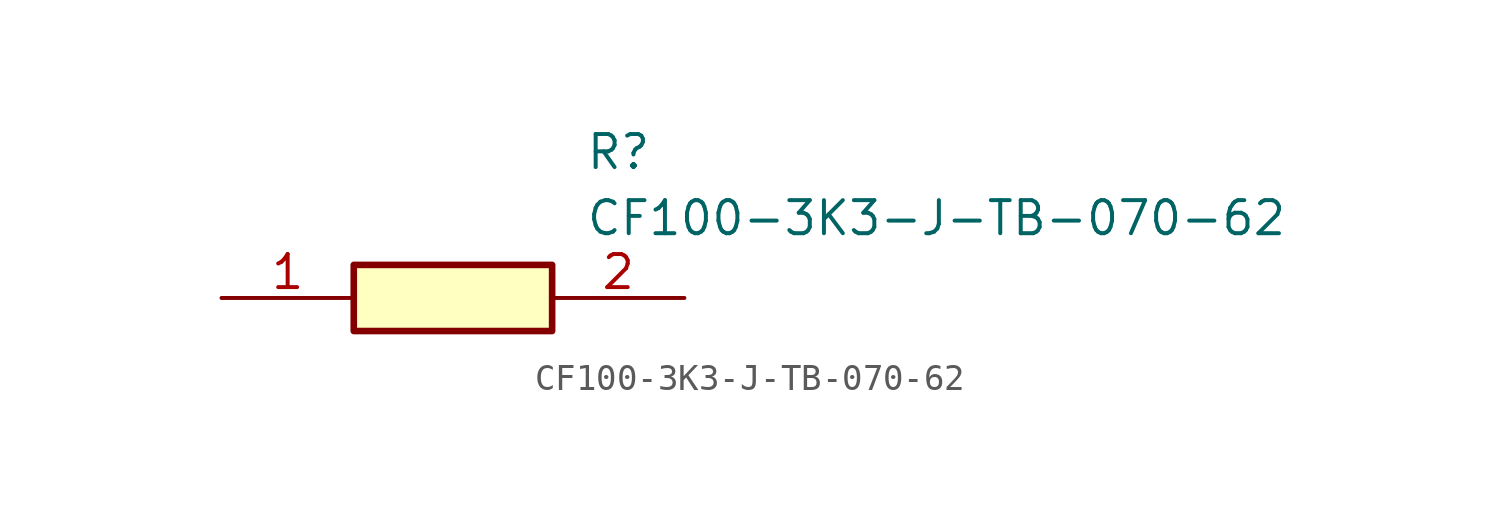
<source format=kicad_sym>
(kicad_symbol_lib
  (version 20211014)
  (generator SamacSys_ECAD_Model)
  (symbol "CF100-3K3-J-TB-070-62"
    (pin_names hide)
    (property "Reference" "R"
      (at 13.97 6.35 0)
      (effects (font (size 1.27 1.27)) (justify left top)))
    (property "Value" "CF100-3K3-J-TB-070-62"
      (at 13.97 3.81 0)
      (effects (font (size 1.27 1.27)) (justify left top)))
    (rectangle
      (start 5.08 1.27)
      (end 12.7 -1.27)
      (stroke (width 0.254) (type default))
      (fill (type background)))
    (pin passive line
      (at 0 0 0)
      (length 5.08)
      (name "1" (effects (font (size 1.27 1.27))))
      (number "1" (effects (font (size 1.27 1.27)))))
    (pin passive line
      (at 17.78 0 180)
      (length 5.08)
      (name "2" (effects (font (size 1.27 1.27))))
      (number "2" (effects (font (size 1.27 1.27)))))))
</source>
